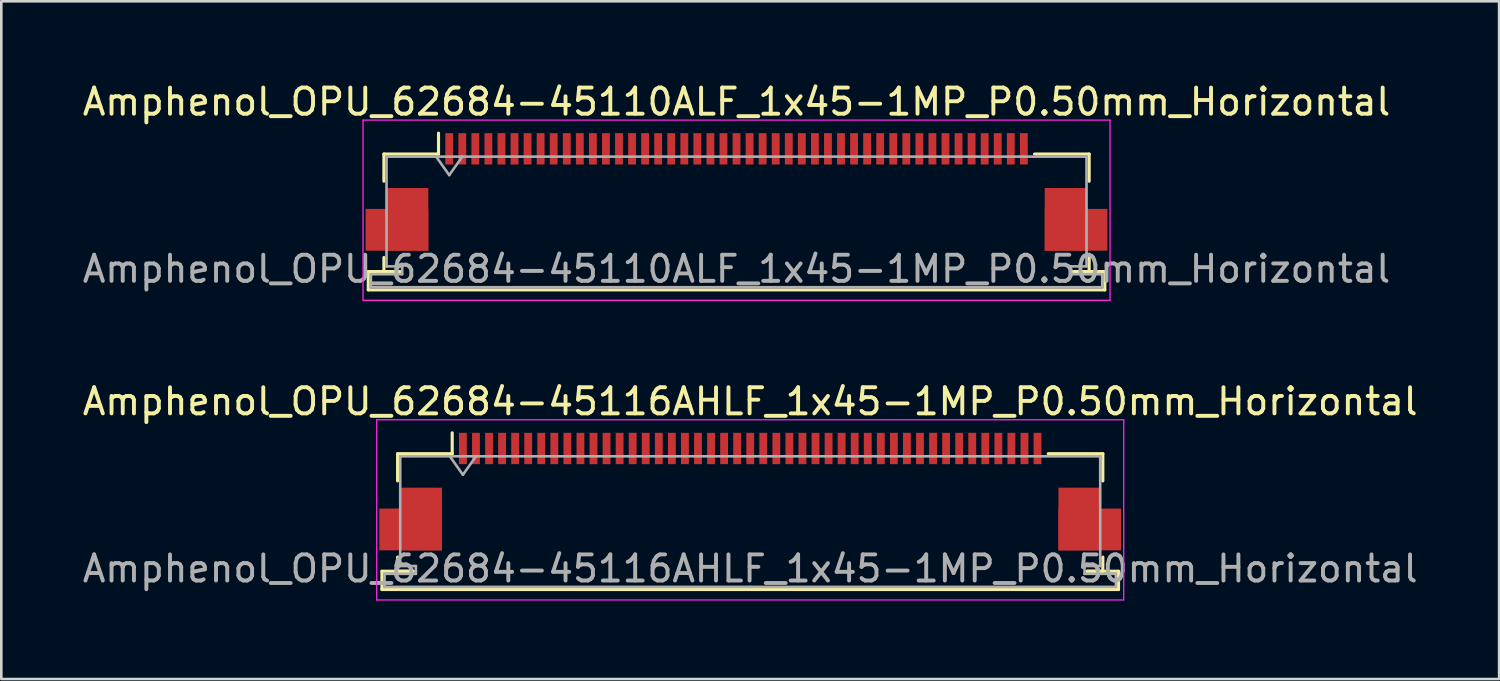
<source format=kicad_pcb>
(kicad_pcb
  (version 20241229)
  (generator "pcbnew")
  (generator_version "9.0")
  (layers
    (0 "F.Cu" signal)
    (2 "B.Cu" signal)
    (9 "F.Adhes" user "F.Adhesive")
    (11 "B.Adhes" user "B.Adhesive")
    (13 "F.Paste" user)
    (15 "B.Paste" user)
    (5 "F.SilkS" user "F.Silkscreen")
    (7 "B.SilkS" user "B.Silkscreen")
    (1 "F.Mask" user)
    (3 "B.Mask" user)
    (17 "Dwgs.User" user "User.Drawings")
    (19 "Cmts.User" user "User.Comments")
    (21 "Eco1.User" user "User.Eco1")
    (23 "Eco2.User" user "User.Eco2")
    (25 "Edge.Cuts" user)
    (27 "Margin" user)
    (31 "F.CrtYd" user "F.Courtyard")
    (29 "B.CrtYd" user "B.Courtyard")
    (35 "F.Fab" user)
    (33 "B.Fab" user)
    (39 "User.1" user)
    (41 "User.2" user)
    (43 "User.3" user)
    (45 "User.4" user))
  (footprint "Amphenol_OPU_62684-45116AHLF_1x45-1MP_P0.50mm_Horizontal"
    (layer "F.Cu")
    (at 25.673 15.771)
    (property "Reference" "Amphenol_OPU_62684-45116AHLF_1x45-1MP_P0.50mm_Horizontal" (at 0 -3.45 0) (layer "F.SilkS") (effects (font (size 1 1) (thickness 0.15))))
    (attr smd)
    (fp_line (start -14.1 3.05) (end -14.1 3.75) (stroke (width 0.12) (type solid)) (layer "F.SilkS"))
    (fp_line (start -14.1 3.75) (end 14.1 3.75) (stroke (width 0.12) (type solid)) (layer "F.SilkS"))
    (fp_line (start -13.5 -1.45) (end -13.5 -0.41) (stroke (width 0.12) (type solid)) (layer "F.SilkS"))
    (fp_line (start -13.5 2.51) (end -13.5 3.05) (stroke (width 0.12) (type solid)) (layer "F.SilkS"))
    (fp_line (start -13.5 3.05) (end -12.9 3.05) (stroke (width 0.12) (type solid)) (layer "F.SilkS"))
    (fp_line (start -12.9 3.05) (end -14.1 3.05) (stroke (width 0.12) (type solid)) (layer "F.SilkS"))
    (fp_line (start -11.41 -1.45) (end -13.5 -1.45) (stroke (width 0.12) (type solid)) (layer "F.SilkS"))
    (fp_line (start -11.41 -1.45) (end -11.41 -2.25) (stroke (width 0.12) (type solid)) (layer "F.SilkS"))
    (fp_line (start 11.41 -1.45) (end 13.5 -1.45) (stroke (width 0.12) (type solid)) (layer "F.SilkS"))
    (fp_line (start 12.9 3.05) (end 13.5 3.05) (stroke (width 0.12) (type solid)) (layer "F.SilkS"))
    (fp_line (start 13.5 -1.45) (end 13.5 -0.41) (stroke (width 0.12) (type solid)) (layer "F.SilkS"))
    (fp_line (start 13.5 3.05) (end 13.5 2.51) (stroke (width 0.12) (type solid)) (layer "F.SilkS"))
    (fp_line (start 14.1 3.05) (end 12.9 3.05) (stroke (width 0.12) (type solid)) (layer "F.SilkS"))
    (fp_line (start 14.1 3.75) (end 14.1 3.05) (stroke (width 0.12) (type solid)) (layer "F.SilkS"))
    (fp_line (start -14.3 -2.75) (end -14.3 4.15) (stroke (width 0.05) (type solid)) (layer "F.CrtYd"))
    (fp_line (start -14.3 4.15) (end 14.3 4.15) (stroke (width 0.05) (type solid)) (layer "F.CrtYd"))
    (fp_line (start 14.3 -2.75) (end -14.3 -2.75) (stroke (width 0.05) (type solid)) (layer "F.CrtYd"))
    (fp_line (start 14.3 4.15) (end 14.3 -2.75) (stroke (width 0.05) (type solid)) (layer "F.CrtYd"))
    (fp_line (start -14 3.15) (end -14 3.65) (stroke (width 0.1) (type solid)) (layer "F.Fab"))
    (fp_line (start -14 3.65) (end 0 3.65) (stroke (width 0.1) (type solid)) (layer "F.Fab"))
    (fp_line (start -13.4 -1.35) (end -13.4 2.85) (stroke (width 0.1) (type solid)) (layer "F.Fab"))
    (fp_line (start -13.4 2.85) (end -12.8 2.85) (stroke (width 0.1) (type solid)) (layer "F.Fab"))
    (fp_line (start -12.8 2.85) (end -12.8 3.15) (stroke (width 0.1) (type solid)) (layer "F.Fab"))
    (fp_line (start -12.8 3.15) (end -14 3.15) (stroke (width 0.1) (type solid)) (layer "F.Fab"))
    (fp_line (start -11.5 -1.35) (end -11 -0.643) (stroke (width 0.1) (type solid)) (layer "F.Fab"))
    (fp_line (start -11 -0.643) (end -10.5 -1.35) (stroke (width 0.1) (type solid)) (layer "F.Fab"))
    (fp_line (start 0 -1.35) (end -13.4 -1.35) (stroke (width 0.1) (type solid)) (layer "F.Fab"))
    (fp_line (start 0 -1.35) (end 13.4 -1.35) (stroke (width 0.1) (type solid)) (layer "F.Fab"))
    (fp_line (start 12.8 2.85) (end 12.8 3.15) (stroke (width 0.1) (type solid)) (layer "F.Fab"))
    (fp_line (start 12.8 3.15) (end 14 3.15) (stroke (width 0.1) (type solid)) (layer "F.Fab"))
    (fp_line (start 13.4 -1.35) (end 13.4 2.85) (stroke (width 0.1) (type solid)) (layer "F.Fab"))
    (fp_line (start 13.4 2.85) (end 12.8 2.85) (stroke (width 0.1) (type solid)) (layer "F.Fab"))
    (fp_line (start 14 3.15) (end 14 3.65) (stroke (width 0.1) (type solid)) (layer "F.Fab"))
    (fp_line (start 14 3.65) (end 0 3.65) (stroke (width 0.1) (type solid)) (layer "F.Fab"))
    (fp_text user "${REFERENCE}" (at 0 2.95 0) (layer "F.Fab") (effects (font (size 1 1) (thickness 0.15))))
    (pad "1" smd rect (at -11 -1.65) (size 0.3 1.2) (layers "F.Cu" "F.Mask" "F.Paste"))
    (pad "2" smd rect (at -10.5 -1.65) (size 0.3 1.2) (layers "F.Cu" "F.Mask" "F.Paste"))
    (pad "3" smd rect (at -10 -1.65) (size 0.3 1.2) (layers "F.Cu" "F.Mask" "F.Paste"))
    (pad "4" smd rect (at -9.5 -1.65) (size 0.3 1.2) (layers "F.Cu" "F.Mask" "F.Paste"))
    (pad "5" smd rect (at -9 -1.65) (size 0.3 1.2) (layers "F.Cu" "F.Mask" "F.Paste"))
    (pad "6" smd rect (at -8.5 -1.65) (size 0.3 1.2) (layers "F.Cu" "F.Mask" "F.Paste"))
    (pad "7" smd rect (at -8 -1.65) (size 0.3 1.2) (layers "F.Cu" "F.Mask" "F.Paste"))
    (pad "8" smd rect (at -7.5 -1.65) (size 0.3 1.2) (layers "F.Cu" "F.Mask" "F.Paste"))
    (pad "9" smd rect (at -7 -1.65) (size 0.3 1.2) (layers "F.Cu" "F.Mask" "F.Paste"))
    (pad "10" smd rect (at -6.5 -1.65) (size 0.3 1.2) (layers "F.Cu" "F.Mask" "F.Paste"))
    (pad "11" smd rect (at -6 -1.65) (size 0.3 1.2) (layers "F.Cu" "F.Mask" "F.Paste"))
    (pad "12" smd rect (at -5.5 -1.65) (size 0.3 1.2) (layers "F.Cu" "F.Mask" "F.Paste"))
    (pad "13" smd rect (at -5 -1.65) (size 0.3 1.2) (layers "F.Cu" "F.Mask" "F.Paste"))
    (pad "14" smd rect (at -4.5 -1.65) (size 0.3 1.2) (layers "F.Cu" "F.Mask" "F.Paste"))
    (pad "15" smd rect (at -4 -1.65) (size 0.3 1.2) (layers "F.Cu" "F.Mask" "F.Paste"))
    (pad "16" smd rect (at -3.5 -1.65) (size 0.3 1.2) (layers "F.Cu" "F.Mask" "F.Paste"))
    (pad "17" smd rect (at -3 -1.65) (size 0.3 1.2) (layers "F.Cu" "F.Mask" "F.Paste"))
    (pad "18" smd rect (at -2.5 -1.65) (size 0.3 1.2) (layers "F.Cu" "F.Mask" "F.Paste"))
    (pad "19" smd rect (at -2 -1.65) (size 0.3 1.2) (layers "F.Cu" "F.Mask" "F.Paste"))
    (pad "20" smd rect (at -1.5 -1.65) (size 0.3 1.2) (layers "F.Cu" "F.Mask" "F.Paste"))
    (pad "21" smd rect (at -1 -1.65) (size 0.3 1.2) (layers "F.Cu" "F.Mask" "F.Paste"))
    (pad "22" smd rect (at -0.5 -1.65) (size 0.3 1.2) (layers "F.Cu" "F.Mask" "F.Paste"))
    (pad "23" smd rect (at 0 -1.65) (size 0.3 1.2) (layers "F.Cu" "F.Mask" "F.Paste"))
    (pad "24" smd rect (at 0.5 -1.65) (size 0.3 1.2) (layers "F.Cu" "F.Mask" "F.Paste"))
    (pad "25" smd rect (at 1 -1.65) (size 0.3 1.2) (layers "F.Cu" "F.Mask" "F.Paste"))
    (pad "26" smd rect (at 1.5 -1.65) (size 0.3 1.2) (layers "F.Cu" "F.Mask" "F.Paste"))
    (pad "27" smd rect (at 2 -1.65) (size 0.3 1.2) (layers "F.Cu" "F.Mask" "F.Paste"))
    (pad "28" smd rect (at 2.5 -1.65) (size 0.3 1.2) (layers "F.Cu" "F.Mask" "F.Paste"))
    (pad "29" smd rect (at 3 -1.65) (size 0.3 1.2) (layers "F.Cu" "F.Mask" "F.Paste"))
    (pad "30" smd rect (at 3.5 -1.65) (size 0.3 1.2) (layers "F.Cu" "F.Mask" "F.Paste"))
    (pad "31" smd rect (at 4 -1.65) (size 0.3 1.2) (layers "F.Cu" "F.Mask" "F.Paste"))
    (pad "32" smd rect (at 4.5 -1.65) (size 0.3 1.2) (layers "F.Cu" "F.Mask" "F.Paste"))
    (pad "33" smd rect (at 5 -1.65) (size 0.3 1.2) (layers "F.Cu" "F.Mask" "F.Paste"))
    (pad "34" smd rect (at 5.5 -1.65) (size 0.3 1.2) (layers "F.Cu" "F.Mask" "F.Paste"))
    (pad "35" smd rect (at 6 -1.65) (size 0.3 1.2) (layers "F.Cu" "F.Mask" "F.Paste"))
    (pad "36" smd rect (at 6.5 -1.65) (size 0.3 1.2) (layers "F.Cu" "F.Mask" "F.Paste"))
    (pad "37" smd rect (at 7 -1.65) (size 0.3 1.2) (layers "F.Cu" "F.Mask" "F.Paste"))
    (pad "38" smd rect (at 7.5 -1.65) (size 0.3 1.2) (layers "F.Cu" "F.Mask" "F.Paste"))
    (pad "39" smd rect (at 8 -1.65) (size 0.3 1.2) (layers "F.Cu" "F.Mask" "F.Paste"))
    (pad "40" smd rect (at 8.5 -1.65) (size 0.3 1.2) (layers "F.Cu" "F.Mask" "F.Paste"))
    (pad "41" smd rect (at 9 -1.65) (size 0.3 1.2) (layers "F.Cu" "F.Mask" "F.Paste"))
    (pad "42" smd rect (at 9.5 -1.65) (size 0.3 1.2) (layers "F.Cu" "F.Mask" "F.Paste"))
    (pad "43" smd rect (at 10 -1.65) (size 0.3 1.2) (layers "F.Cu" "F.Mask" "F.Paste"))
    (pad "44" smd rect (at 10.5 -1.65) (size 0.3 1.2) (layers "F.Cu" "F.Mask" "F.Paste"))
    (pad "45" smd rect (at 11 -1.65) (size 0.3 1.2) (layers "F.Cu" "F.Mask" "F.Paste"))
    (pad "MP" smd rect (at -13 1.45) (size 2.4 1.6) (layers "F.Cu" "F.Mask" "F.Paste"))
    (pad "MP" smd rect (at -12.6 1.05) (size 1.6 2.4) (layers "F.Cu" "F.Mask" "F.Paste"))
    (pad "MP" smd rect (at 12.6 1.05) (size 1.6 2.4) (layers "F.Cu" "F.Mask" "F.Paste"))
    (pad "MP" smd rect (at 13 1.45) (size 2.4 1.6) (layers "F.Cu" "F.Mask" "F.Paste")))
  (footprint "Amphenol_OPU_62684-45110ALF_1x45-1MP_P0.50mm_Horizontal"
    (layer "F.Cu")
    (at 25.149 4.298)
    (property "Reference" "Amphenol_OPU_62684-45110ALF_1x45-1MP_P0.50mm_Horizontal" (at 0 -3.45 0) (layer "F.SilkS") (effects (font (size 1 1) (thickness 0.15))))
    (attr smd)
    (fp_line (start -14.1 3.05) (end -14.1 3.75) (stroke (width 0.12) (type solid)) (layer "F.SilkS"))
    (fp_line (start -14.1 3.75) (end 14.1 3.75) (stroke (width 0.12) (type solid)) (layer "F.SilkS"))
    (fp_line (start -13.5 -1.45) (end -13.5 -0.41) (stroke (width 0.12) (type solid)) (layer "F.SilkS"))
    (fp_line (start -13.5 2.51) (end -13.5 3.05) (stroke (width 0.12) (type solid)) (layer "F.SilkS"))
    (fp_line (start -13.5 3.05) (end -12.9 3.05) (stroke (width 0.12) (type solid)) (layer "F.SilkS"))
    (fp_line (start -12.9 3.05) (end -14.1 3.05) (stroke (width 0.12) (type solid)) (layer "F.SilkS"))
    (fp_line (start -11.41 -1.45) (end -13.5 -1.45) (stroke (width 0.12) (type solid)) (layer "F.SilkS"))
    (fp_line (start -11.41 -1.45) (end -11.41 -2.25) (stroke (width 0.12) (type solid)) (layer "F.SilkS"))
    (fp_line (start 11.41 -1.45) (end 13.5 -1.45) (stroke (width 0.12) (type solid)) (layer "F.SilkS"))
    (fp_line (start 12.9 3.05) (end 13.5 3.05) (stroke (width 0.12) (type solid)) (layer "F.SilkS"))
    (fp_line (start 13.5 -1.45) (end 13.5 -0.41) (stroke (width 0.12) (type solid)) (layer "F.SilkS"))
    (fp_line (start 13.5 3.05) (end 13.5 2.51) (stroke (width 0.12) (type solid)) (layer "F.SilkS"))
    (fp_line (start 14.1 3.05) (end 12.9 3.05) (stroke (width 0.12) (type solid)) (layer "F.SilkS"))
    (fp_line (start 14.1 3.75) (end 14.1 3.05) (stroke (width 0.12) (type solid)) (layer "F.SilkS"))
    (fp_line (start -14.3 -2.75) (end -14.3 4.15) (stroke (width 0.05) (type solid)) (layer "F.CrtYd"))
    (fp_line (start -14.3 4.15) (end 14.3 4.15) (stroke (width 0.05) (type solid)) (layer "F.CrtYd"))
    (fp_line (start 14.3 -2.75) (end -14.3 -2.75) (stroke (width 0.05) (type solid)) (layer "F.CrtYd"))
    (fp_line (start 14.3 4.15) (end 14.3 -2.75) (stroke (width 0.05) (type solid)) (layer "F.CrtYd"))
    (fp_line (start -14 3.15) (end -14 3.65) (stroke (width 0.1) (type solid)) (layer "F.Fab"))
    (fp_line (start -14 3.65) (end 0 3.65) (stroke (width 0.1) (type solid)) (layer "F.Fab"))
    (fp_line (start -13.4 -1.35) (end -13.4 2.85) (stroke (width 0.1) (type solid)) (layer "F.Fab"))
    (fp_line (start -13.4 2.85) (end -12.8 2.85) (stroke (width 0.1) (type solid)) (layer "F.Fab"))
    (fp_line (start -12.8 2.85) (end -12.8 3.15) (stroke (width 0.1) (type solid)) (layer "F.Fab"))
    (fp_line (start -12.8 3.15) (end -14 3.15) (stroke (width 0.1) (type solid)) (layer "F.Fab"))
    (fp_line (start -11.5 -1.35) (end -11 -0.643) (stroke (width 0.1) (type solid)) (layer "F.Fab"))
    (fp_line (start -11 -0.643) (end -10.5 -1.35) (stroke (width 0.1) (type solid)) (layer "F.Fab"))
    (fp_line (start 0 -1.35) (end -13.4 -1.35) (stroke (width 0.1) (type solid)) (layer "F.Fab"))
    (fp_line (start 0 -1.35) (end 13.4 -1.35) (stroke (width 0.1) (type solid)) (layer "F.Fab"))
    (fp_line (start 12.8 2.85) (end 12.8 3.15) (stroke (width 0.1) (type solid)) (layer "F.Fab"))
    (fp_line (start 12.8 3.15) (end 14 3.15) (stroke (width 0.1) (type solid)) (layer "F.Fab"))
    (fp_line (start 13.4 -1.35) (end 13.4 2.85) (stroke (width 0.1) (type solid)) (layer "F.Fab"))
    (fp_line (start 13.4 2.85) (end 12.8 2.85) (stroke (width 0.1) (type solid)) (layer "F.Fab"))
    (fp_line (start 14 3.15) (end 14 3.65) (stroke (width 0.1) (type solid)) (layer "F.Fab"))
    (fp_line (start 14 3.65) (end 0 3.65) (stroke (width 0.1) (type solid)) (layer "F.Fab"))
    (fp_text user "${REFERENCE}" (at 0 2.95 0) (layer "F.Fab") (effects (font (size 1 1) (thickness 0.15))))
    (pad "1" smd rect (at -11 -1.65) (size 0.3 1.2) (layers "F.Cu" "F.Mask" "F.Paste"))
    (pad "2" smd rect (at -10.5 -1.65) (size 0.3 1.2) (layers "F.Cu" "F.Mask" "F.Paste"))
    (pad "3" smd rect (at -10 -1.65) (size 0.3 1.2) (layers "F.Cu" "F.Mask" "F.Paste"))
    (pad "4" smd rect (at -9.5 -1.65) (size 0.3 1.2) (layers "F.Cu" "F.Mask" "F.Paste"))
    (pad "5" smd rect (at -9 -1.65) (size 0.3 1.2) (layers "F.Cu" "F.Mask" "F.Paste"))
    (pad "6" smd rect (at -8.5 -1.65) (size 0.3 1.2) (layers "F.Cu" "F.Mask" "F.Paste"))
    (pad "7" smd rect (at -8 -1.65) (size 0.3 1.2) (layers "F.Cu" "F.Mask" "F.Paste"))
    (pad "8" smd rect (at -7.5 -1.65) (size 0.3 1.2) (layers "F.Cu" "F.Mask" "F.Paste"))
    (pad "9" smd rect (at -7 -1.65) (size 0.3 1.2) (layers "F.Cu" "F.Mask" "F.Paste"))
    (pad "10" smd rect (at -6.5 -1.65) (size 0.3 1.2) (layers "F.Cu" "F.Mask" "F.Paste"))
    (pad "11" smd rect (at -6 -1.65) (size 0.3 1.2) (layers "F.Cu" "F.Mask" "F.Paste"))
    (pad "12" smd rect (at -5.5 -1.65) (size 0.3 1.2) (layers "F.Cu" "F.Mask" "F.Paste"))
    (pad "13" smd rect (at -5 -1.65) (size 0.3 1.2) (layers "F.Cu" "F.Mask" "F.Paste"))
    (pad "14" smd rect (at -4.5 -1.65) (size 0.3 1.2) (layers "F.Cu" "F.Mask" "F.Paste"))
    (pad "15" smd rect (at -4 -1.65) (size 0.3 1.2) (layers "F.Cu" "F.Mask" "F.Paste"))
    (pad "16" smd rect (at -3.5 -1.65) (size 0.3 1.2) (layers "F.Cu" "F.Mask" "F.Paste"))
    (pad "17" smd rect (at -3 -1.65) (size 0.3 1.2) (layers "F.Cu" "F.Mask" "F.Paste"))
    (pad "18" smd rect (at -2.5 -1.65) (size 0.3 1.2) (layers "F.Cu" "F.Mask" "F.Paste"))
    (pad "19" smd rect (at -2 -1.65) (size 0.3 1.2) (layers "F.Cu" "F.Mask" "F.Paste"))
    (pad "20" smd rect (at -1.5 -1.65) (size 0.3 1.2) (layers "F.Cu" "F.Mask" "F.Paste"))
    (pad "21" smd rect (at -1 -1.65) (size 0.3 1.2) (layers "F.Cu" "F.Mask" "F.Paste"))
    (pad "22" smd rect (at -0.5 -1.65) (size 0.3 1.2) (layers "F.Cu" "F.Mask" "F.Paste"))
    (pad "23" smd rect (at 0 -1.65) (size 0.3 1.2) (layers "F.Cu" "F.Mask" "F.Paste"))
    (pad "24" smd rect (at 0.5 -1.65) (size 0.3 1.2) (layers "F.Cu" "F.Mask" "F.Paste"))
    (pad "25" smd rect (at 1 -1.65) (size 0.3 1.2) (layers "F.Cu" "F.Mask" "F.Paste"))
    (pad "26" smd rect (at 1.5 -1.65) (size 0.3 1.2) (layers "F.Cu" "F.Mask" "F.Paste"))
    (pad "27" smd rect (at 2 -1.65) (size 0.3 1.2) (layers "F.Cu" "F.Mask" "F.Paste"))
    (pad "28" smd rect (at 2.5 -1.65) (size 0.3 1.2) (layers "F.Cu" "F.Mask" "F.Paste"))
    (pad "29" smd rect (at 3 -1.65) (size 0.3 1.2) (layers "F.Cu" "F.Mask" "F.Paste"))
    (pad "30" smd rect (at 3.5 -1.65) (size 0.3 1.2) (layers "F.Cu" "F.Mask" "F.Paste"))
    (pad "31" smd rect (at 4 -1.65) (size 0.3 1.2) (layers "F.Cu" "F.Mask" "F.Paste"))
    (pad "32" smd rect (at 4.5 -1.65) (size 0.3 1.2) (layers "F.Cu" "F.Mask" "F.Paste"))
    (pad "33" smd rect (at 5 -1.65) (size 0.3 1.2) (layers "F.Cu" "F.Mask" "F.Paste"))
    (pad "34" smd rect (at 5.5 -1.65) (size 0.3 1.2) (layers "F.Cu" "F.Mask" "F.Paste"))
    (pad "35" smd rect (at 6 -1.65) (size 0.3 1.2) (layers "F.Cu" "F.Mask" "F.Paste"))
    (pad "36" smd rect (at 6.5 -1.65) (size 0.3 1.2) (layers "F.Cu" "F.Mask" "F.Paste"))
    (pad "37" smd rect (at 7 -1.65) (size 0.3 1.2) (layers "F.Cu" "F.Mask" "F.Paste"))
    (pad "38" smd rect (at 7.5 -1.65) (size 0.3 1.2) (layers "F.Cu" "F.Mask" "F.Paste"))
    (pad "39" smd rect (at 8 -1.65) (size 0.3 1.2) (layers "F.Cu" "F.Mask" "F.Paste"))
    (pad "40" smd rect (at 8.5 -1.65) (size 0.3 1.2) (layers "F.Cu" "F.Mask" "F.Paste"))
    (pad "41" smd rect (at 9 -1.65) (size 0.3 1.2) (layers "F.Cu" "F.Mask" "F.Paste"))
    (pad "42" smd rect (at 9.5 -1.65) (size 0.3 1.2) (layers "F.Cu" "F.Mask" "F.Paste"))
    (pad "43" smd rect (at 10 -1.65) (size 0.3 1.2) (layers "F.Cu" "F.Mask" "F.Paste"))
    (pad "44" smd rect (at 10.5 -1.65) (size 0.3 1.2) (layers "F.Cu" "F.Mask" "F.Paste"))
    (pad "45" smd rect (at 11 -1.65) (size 0.3 1.2) (layers "F.Cu" "F.Mask" "F.Paste"))
    (pad "MP" smd rect (at -13 1.45) (size 2.4 1.6) (layers "F.Cu" "F.Mask" "F.Paste"))
    (pad "MP" smd rect (at -12.6 1.05) (size 1.6 2.4) (layers "F.Cu" "F.Mask" "F.Paste"))
    (pad "MP" smd rect (at 12.6 1.05) (size 1.6 2.4) (layers "F.Cu" "F.Mask" "F.Paste"))
    (pad "MP" smd rect (at 13 1.45) (size 2.4 1.6) (layers "F.Cu" "F.Mask" "F.Paste")))
  (gr_rect
    (start -3 -3)
    (end 54.345 22.947)
    (stroke (width 0.1) (type default))
    (fill no)
    (layer "Edge.Cuts")))
</source>
